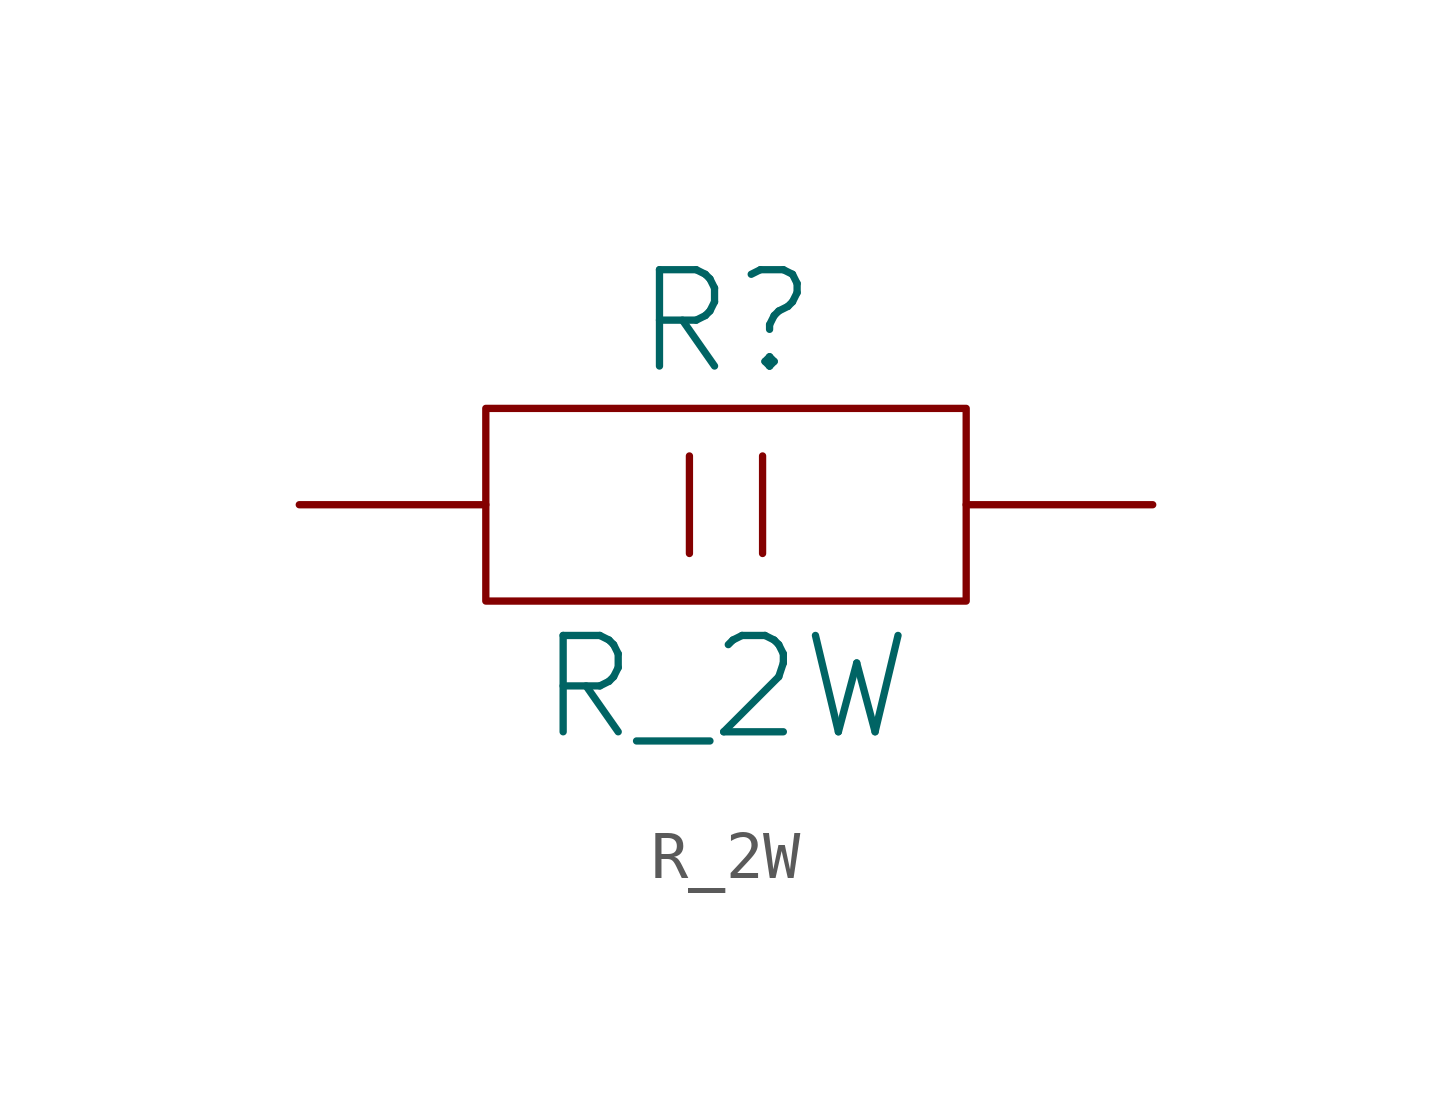
<source format=kicad_sym>
(kicad_symbol_lib
  (version 20231120)
  (generator "kicad_symbol_editor")
  (generator_version "8.0")
  (symbol "R_2W"
    (pin_numbers hide)
    (pin_names
      (offset 0) hide)
    (property "Reference" "R"
      (at 0 3.81 0)
      (effects (font (size 2.007 2.007))))
    (property "Value" "R_2W"
      (at 0 -3.81 0)
      (effects (font (size 2.007 2.007))))
    (symbol "R_2W_0_1"
      (rectangle (start -5.004 2.007) (end 5.004 -2.007) (stroke (width 0) (type solid)) (fill (type none)))
      (polyline (pts (xy -0.762 1.016) (xy -0.762 -1.016)) (stroke (width 0) (type solid)) (fill (type none)))
      (polyline (pts (xy 0.762 1.016) (xy 0.762 -1.016)) (stroke (width 0) (type solid)) (fill (type none))))
    (symbol "R_2W_1_1"
      (pin passive line (at -8.89 0 0) (length 3.886) (name "~" (effects (font (size 2.007 2.007)))) (number "1" (effects (font (size 2.007 2.007)))))
      (pin passive line (at 8.89 0 180) (length 3.886) (name "~" (effects (font (size 2.007 2.007)))) (number "2" (effects (font (size 2.007 2.007))))))))
</source>
